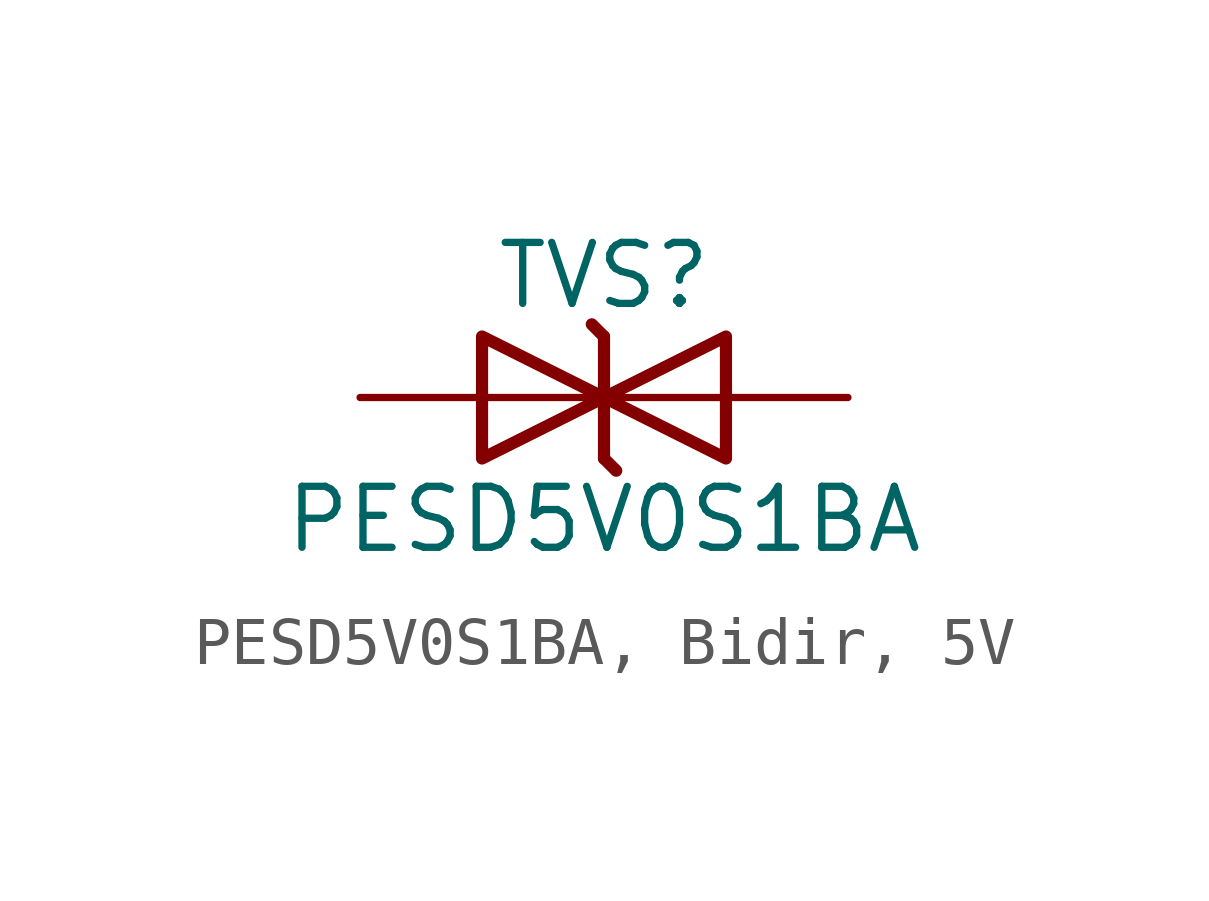
<source format=kicad_sym>
(kicad_symbol_lib
  (version 20241209)
  (generator "kicad_symbol_editor")
  (generator_version "9.0")
  (symbol "PESD5V0S1BA, Bidir, 5V"
    (pin_numbers
      (hide yes))
    (pin_names
      (offset 0)
      (hide yes))
    (property "Reference" "TVS"
      (at 0 2.54 0)
      (effects (font (size 1.27 1.27))))
    (property "Value" "PESD5V0S1BA"
      (at 0 -2.54 0)
      (effects (font (size 1.27 1.27))))
    (symbol "PESD5V0S1BA, Bidir, 5V_0_0"
      (polyline (pts (xy 0 0) (xy -2.54 0)) (stroke (width 0.152) (type default)) (fill (type none)))
      (polyline (pts (xy 2.54 0) (xy 0 0)) (stroke (width 0.152) (type default)) (fill (type none))))
    (symbol "PESD5V0S1BA, Bidir, 5V_0_1"
      (polyline (pts (xy 0 1.27) (xy -0.254 1.524)) (stroke (width 0.254) (type default)) (fill (type none)))
      (polyline (pts (xy 0 1.27) (xy 0 -1.27)) (stroke (width 0.254) (type default)) (fill (type none)))
      (polyline (pts (xy 0.254 -1.524) (xy 0 -1.27)) (stroke (width 0.254) (type default)) (fill (type none))))
    (symbol "PESD5V0S1BA, Bidir, 5V_1_1"
      (polyline (pts (xy -2.54 1.27) (xy -2.54 -1.27) (xy 0 0) (xy -2.54 1.27)) (stroke (width 0.254) (type default)) (fill (type none)))
      (polyline (pts (xy 2.54 -1.27) (xy 2.54 1.27) (xy 0 0) (xy 2.54 -1.27)) (stroke (width 0.254) (type default)) (fill (type none)))
      (pin passive line (at -5.08 0 0) (length 2.54) (name "AC2" (effects (font (size 1.27 1.27)))) (number "2" (effects (font (size 1.27 1.27)))))
      (pin passive line (at 5.08 0 180) (length 2.54) (name "AC1" (effects (font (size 1.27 1.27)))) (number "1" (effects (font (size 1.27 1.27))))))))
</source>
